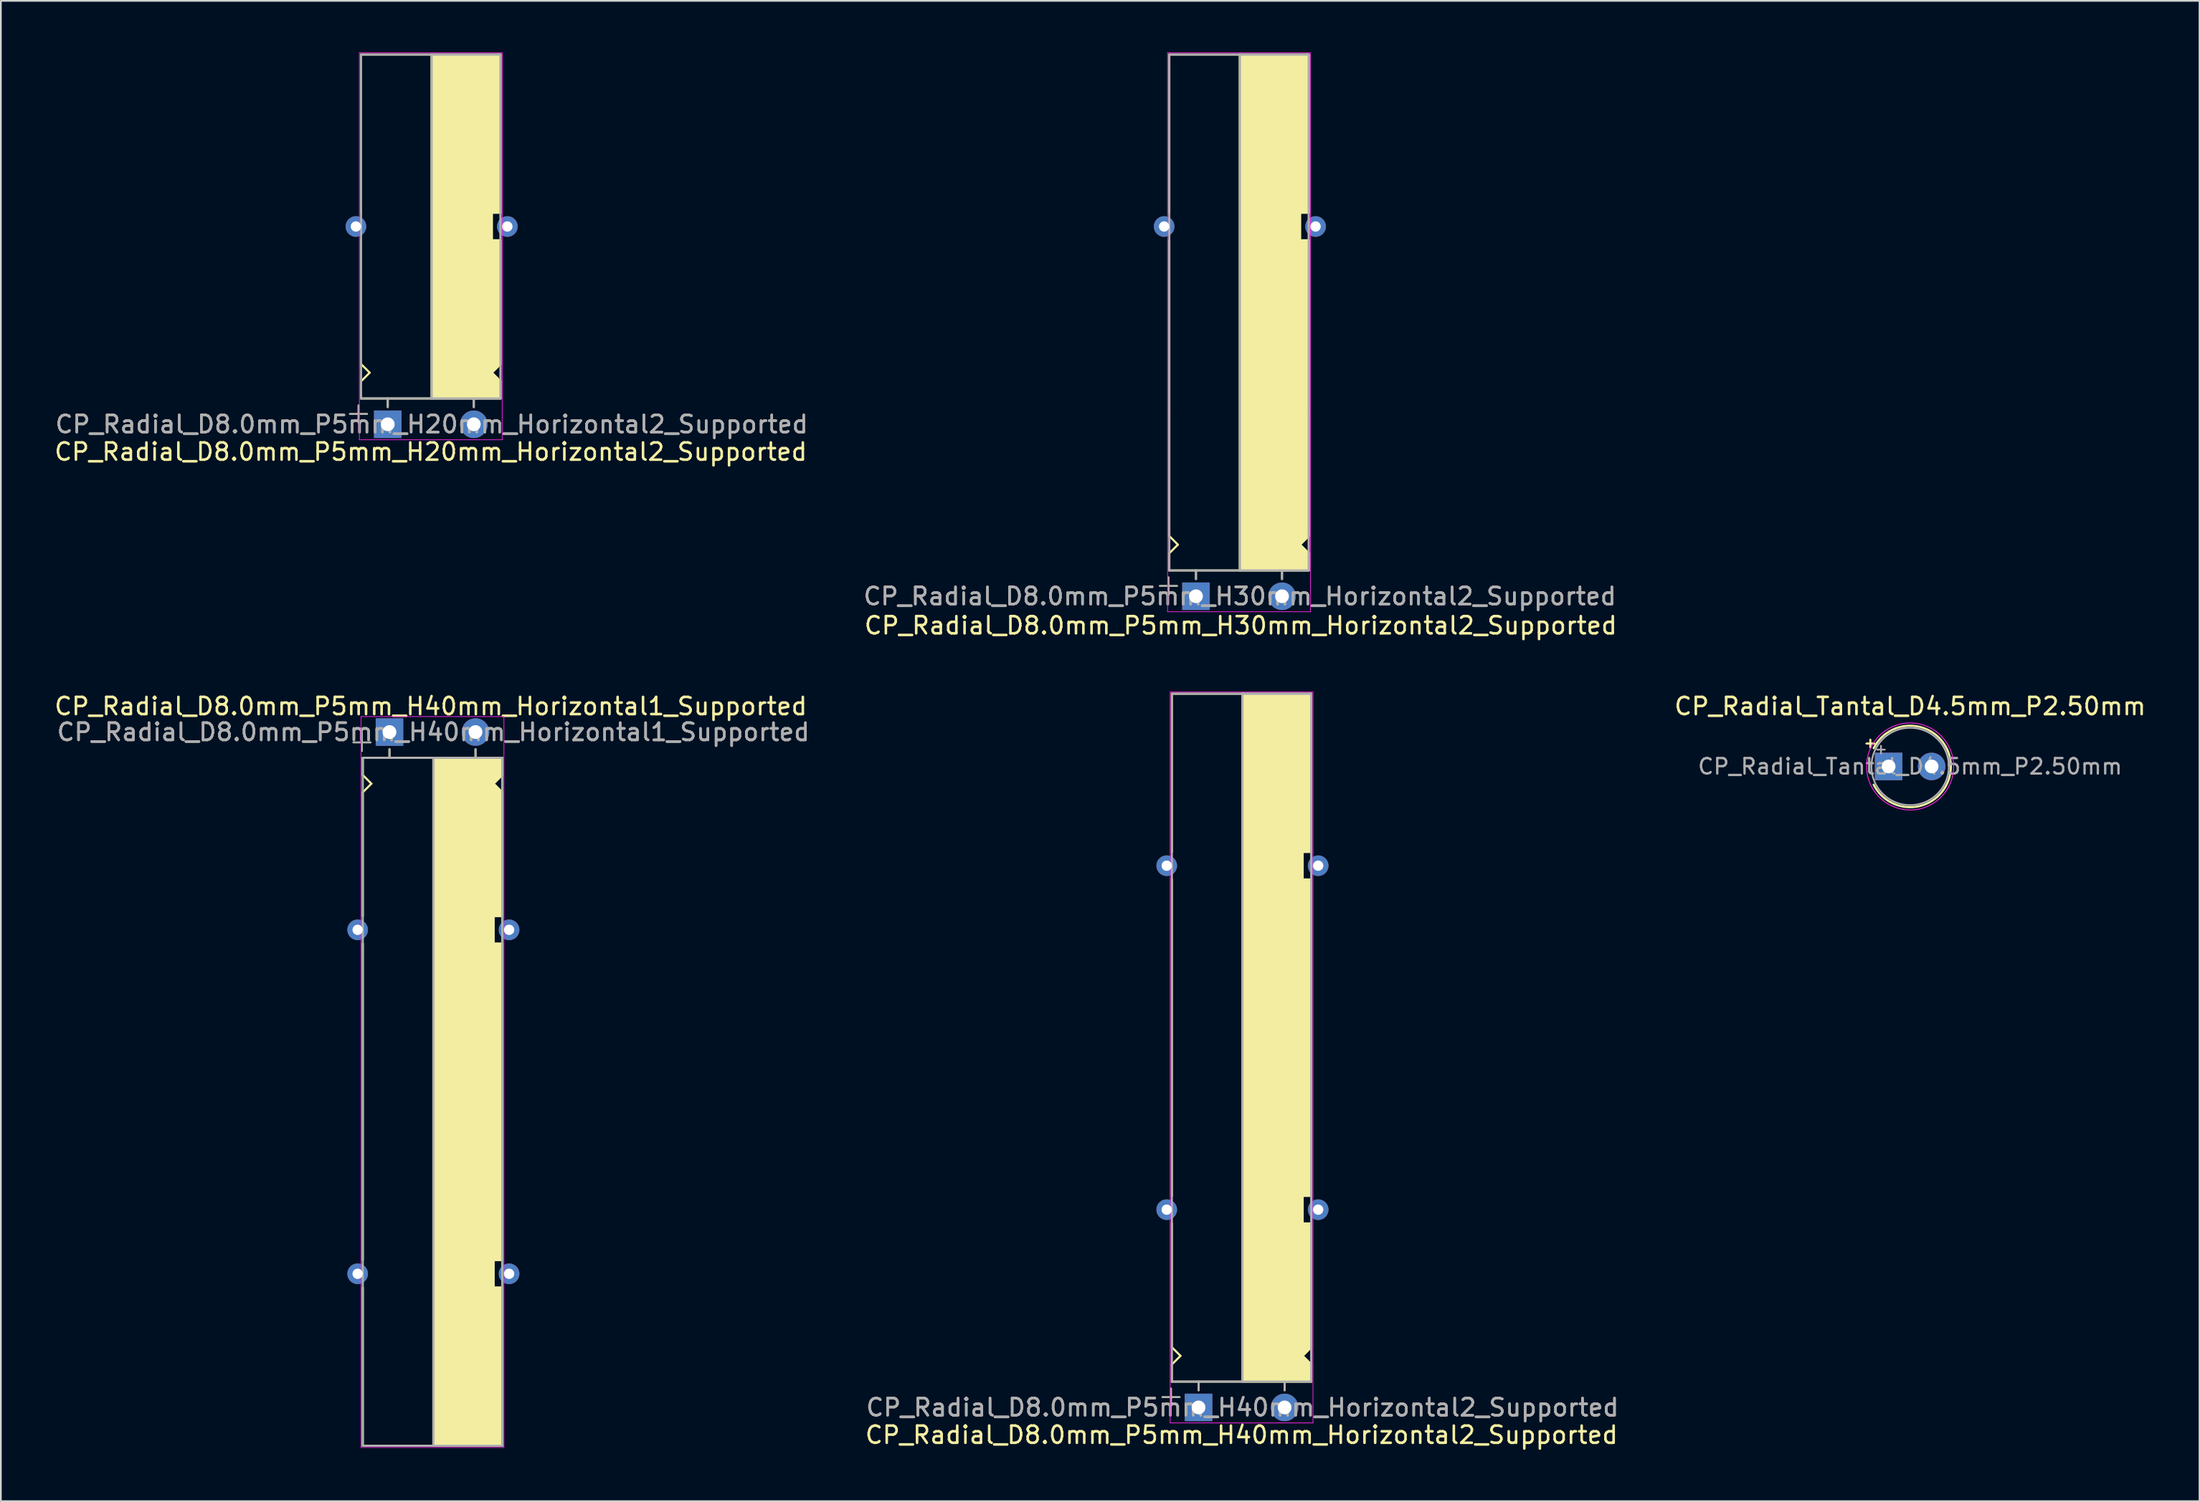
<source format=kicad_pcb>
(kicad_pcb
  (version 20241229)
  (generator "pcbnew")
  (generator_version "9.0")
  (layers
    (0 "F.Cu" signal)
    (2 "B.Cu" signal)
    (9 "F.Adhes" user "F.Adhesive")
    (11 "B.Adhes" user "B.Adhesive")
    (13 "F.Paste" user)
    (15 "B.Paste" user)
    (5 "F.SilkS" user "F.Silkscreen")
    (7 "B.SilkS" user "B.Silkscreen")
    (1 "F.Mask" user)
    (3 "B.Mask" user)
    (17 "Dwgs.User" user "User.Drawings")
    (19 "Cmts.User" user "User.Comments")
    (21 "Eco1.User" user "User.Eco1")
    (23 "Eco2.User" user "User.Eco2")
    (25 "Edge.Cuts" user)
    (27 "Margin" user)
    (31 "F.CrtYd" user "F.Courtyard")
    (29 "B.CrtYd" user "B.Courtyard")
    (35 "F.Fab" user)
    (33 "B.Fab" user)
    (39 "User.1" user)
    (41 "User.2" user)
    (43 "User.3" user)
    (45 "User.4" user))
  (footprint "CP_Radial_D8.0mm_P5mm_H40mm_Horizontal1_Supported"
    (layer "F.Cu")
    (at 20.382 39.517)
    (property "Reference" "CP_Radial_D8.0mm_P5mm_H40mm_Horizontal1_Supported" (at 1.6 -1.5 0) (layer "F.SilkS") (effects (font (size 1 1) (thickness 0.15))))
    (attr through_hole)
    (fp_line (start -2.9 0.6) (end -1.9 0.6) (stroke (width 0.1) (type solid)) (layer "F.SilkS"))
    (fp_line (start -2.4 1.1) (end -2.4 0.1) (stroke (width 0.1) (type solid)) (layer "F.SilkS"))
    (fp_line (start -2.35 1.5) (end -2.35 2.5) (stroke (width 0.12) (type solid)) (layer "F.SilkS"))
    (fp_line (start -2.35 1.5) (end 5.75 1.5) (stroke (width 0.12) (type solid)) (layer "F.SilkS"))
    (fp_line (start -2.35 2.5) (end -1.85 3) (stroke (width 0.12) (type solid)) (layer "F.SilkS"))
    (fp_line (start -2.35 10.7) (end -2.35 3.5) (stroke (width 0.12) (type solid)) (layer "F.SilkS"))
    (fp_line (start -2.35 12.3) (end -2.35 30.7) (stroke (width 0.12) (type solid)) (layer "F.SilkS"))
    (fp_line (start -2.35 32.3) (end -2.35 41.5) (stroke (width 0.12) (type solid)) (layer "F.SilkS"))
    (fp_line (start -2.35 41.5) (end 5.65 41.5) (stroke (width 0.12) (type solid)) (layer "F.SilkS"))
    (fp_line (start -1.85 3) (end -2.35 3.5) (stroke (width 0.12) (type solid)) (layer "F.SilkS"))
    (fp_line (start -0.8 1) (end -0.8 1.5) (stroke (width 0.12) (type solid)) (layer "F.SilkS"))
    (fp_line (start 1.75 41.5) (end 1.75 1.5) (stroke (width 0.12) (type solid)) (layer "F.SilkS"))
    (fp_line (start 4.2 1) (end 4.2 1.5) (stroke (width 0.12) (type solid)) (layer "F.SilkS"))
    (fp_line (start 5.25 3) (end 5.75 2.5) (stroke (width 0.12) (type solid)) (layer "F.SilkS"))
    (fp_line (start 5.25 10.7) (end 5.25 12.3) (stroke (width 0.12) (type solid)) (layer "F.SilkS"))
    (fp_line (start 5.25 12.3) (end 5.75 12.3) (stroke (width 0.12) (type solid)) (layer "F.SilkS"))
    (fp_line (start 5.25 30.7) (end 5.25 32.3) (stroke (width 0.12) (type solid)) (layer "F.SilkS"))
    (fp_line (start 5.25 32.3) (end 5.75 32.3) (stroke (width 0.12) (type solid)) (layer "F.SilkS"))
    (fp_line (start 5.75 2.5) (end 5.75 1.5) (stroke (width 0.12) (type solid)) (layer "F.SilkS"))
    (fp_line (start 5.75 3.5) (end 5.25 3) (stroke (width 0.12) (type solid)) (layer "F.SilkS"))
    (fp_line (start 5.75 10.7) (end 5.25 10.7) (stroke (width 0.12) (type solid)) (layer "F.SilkS"))
    (fp_line (start 5.75 10.7) (end 5.75 3.5) (stroke (width 0.12) (type solid)) (layer "F.SilkS"))
    (fp_line (start 5.75 12.3) (end 5.75 30.7) (stroke (width 0.12) (type solid)) (layer "F.SilkS"))
    (fp_line (start 5.75 30.7) (end 5.25 30.7) (stroke (width 0.12) (type solid)) (layer "F.SilkS"))
    (fp_line (start 5.75 32.3) (end 5.75 41.5) (stroke (width 0.12) (type solid)) (layer "F.SilkS"))
    (fp_line (start 5.75 41.5) (end 5.65 41.5) (stroke (width 0.12) (type solid)) (layer "F.SilkS"))
    (fp_poly (pts (xy 5.75 2.5) (xy 5.25 3) (xy 5.75 3.5) (xy 5.75 10.7) (xy 5.25 10.7) (xy 5.25 12.3) (xy 5.75 12.3) (xy 5.75 30.7) (xy 5.25 30.7) (xy 5.25 32.3) (xy 5.75 32.3) (xy 5.75 41.5) (xy 1.75 41.5) (xy 1.75 1.5) (xy 5.75 1.5)) (stroke (width 0.1) (type solid)) (fill yes) (layer "F.SilkS"))
    (fp_line (start -2.45 -0.9) (end 5.85 -0.9) (stroke (width 0.04) (type solid)) (layer "F.CrtYd"))
    (fp_line (start -2.45 1.5) (end -2.45 -0.9) (stroke (width 0.04) (type solid)) (layer "F.CrtYd"))
    (fp_line (start -2.45 41.6) (end -2.45 1.5) (stroke (width 0.04) (type solid)) (layer "F.CrtYd"))
    (fp_line (start 5.85 -0.9) (end 5.85 41.6) (stroke (width 0.04) (type solid)) (layer "F.CrtYd"))
    (fp_line (start 5.85 41.6) (end -2.45 41.6) (stroke (width 0.04) (type solid)) (layer "F.CrtYd"))
    (fp_line (start -2.9 0.6) (end -1.9 0.6) (stroke (width 0.1) (type solid)) (layer "F.Fab"))
    (fp_line (start -2.4 1.1) (end -2.4 0.1) (stroke (width 0.1) (type solid)) (layer "F.Fab"))
    (fp_line (start -2.35 1.5) (end 5.75 1.5) (stroke (width 0.12) (type solid)) (layer "F.Fab"))
    (fp_line (start -2.35 41.5) (end -2.35 1.5) (stroke (width 0.12) (type solid)) (layer "F.Fab"))
    (fp_line (start -0.8 1.5) (end -0.8 1) (stroke (width 0.12) (type solid)) (layer "F.Fab"))
    (fp_line (start 1.75 1.5) (end 1.75 41.5) (stroke (width 0.12) (type solid)) (layer "F.Fab"))
    (fp_line (start 4.2 1.5) (end 4.2 1) (stroke (width 0.12) (type solid)) (layer "F.Fab"))
    (fp_line (start 5.75 1.5) (end 5.75 41.5) (stroke (width 0.12) (type solid)) (layer "F.Fab"))
    (fp_line (start 5.75 41.5) (end -2.35 41.5) (stroke (width 0.12) (type solid)) (layer "F.Fab"))
    (fp_poly (pts (xy 5.75 41.5) (xy 1.75 41.5) (xy 1.75 1.5) (xy 5.75 1.5)) (stroke (width 0.1) (type solid)) (fill no) (layer "F.Fab"))
    (fp_text user "${REFERENCE}" (at 1.75 0 0) (layer "F.Fab") (effects (font (size 1 1) (thickness 0.15))))
    (fp_text user "${REFERENCE}" (at 1.75 0 0) (layer "F.Fab") (effects (font (size 1 1) (thickness 0.15))))
    (pad "1" thru_hole rect (at -0.8 0) (size 1.6 1.6) (drill 0.8) (layers "*.Cu" "*.Mask"))
    (pad "2" thru_hole circle (at 4.2 0) (size 1.6 1.6) (drill 0.8) (layers "*.Cu" "*.Mask"))
    (pad "~" thru_hole circle (at -2.65 11.5) (size 1.2 1.2) (drill 0.6) (layers "*.Cu" "*.Mask"))
    (pad "~" thru_hole circle (at -2.65 31.5) (size 1.2 1.2) (drill 0.6) (layers "*.Cu" "*.Mask"))
    (pad "~" thru_hole circle (at 6.15 11.5) (size 1.2 1.2) (drill 0.6) (layers "*.Cu" "*.Mask"))
    (pad "~" thru_hole circle (at 6.15 31.5) (size 1.2 1.2) (drill 0.6) (layers "*.Cu" "*.Mask")))
  (footprint "CP_Radial_Tantal_D4.5mm_P2.50mm"
    (layer "F.Cu")
    (at 106.694 41.517)
    (property "Reference" "CP_Radial_Tantal_D4.5mm_P2.50mm" (at 1.25 -3.5 0) (layer "F.SilkS") (effects (font (size 1 1) (thickness 0.15))))
    (attr through_hole)
    (fp_line (start -1.287 -1.335) (end -0.837 -1.335) (stroke (width 0.12) (type solid)) (layer "F.SilkS"))
    (fp_line (start -1.062 -1.56) (end -1.062 -1.11) (stroke (width 0.12) (type solid)) (layer "F.SilkS"))
    (fp_arc (start -0.869741 -1.06) (mid 3.62 0) (end -0.869741 1.06) (stroke (width 0.12) (type solid)) (layer "F.SilkS"))
    (fp_circle (center 1.25 0) (end 3.78 0) (stroke (width 0.05) (type solid)) (fill no) (layer "F.CrtYd"))
    (fp_line (start -0.668 -0.978) (end -0.218 -0.978) (stroke (width 0.1) (type solid)) (layer "F.Fab"))
    (fp_line (start -0.443 -1.202) (end -0.443 -0.752) (stroke (width 0.1) (type solid)) (layer "F.Fab"))
    (fp_circle (center 1.25 0) (end 3.5 0) (stroke (width 0.1) (type solid)) (fill no) (layer "F.Fab"))
    (fp_text user "${REFERENCE}" (at 1.25 0 0) (layer "F.Fab") (effects (font (size 0.9 0.9) (thickness 0.135))))
    (pad "1" thru_hole rect (at 0 0) (size 1.6 1.6) (drill 0.8) (layers "*.Cu" "*.Mask"))
    (pad "2" thru_hole circle (at 2.5 0) (size 1.6 1.6) (drill 0.8) (layers "*.Cu" "*.Mask")))
  (footprint "CP_Radial_D8.0mm_P5mm_H40mm_Horizontal2_Supported"
    (layer "F.Cu")
    (at 67.396 78.788)
    (property "Reference" "CP_Radial_D8.0mm_P5mm_H40mm_Horizontal2_Supported" (at 1.7 1.6 0) (layer "F.SilkS") (effects (font (size 1 1) (thickness 0.15))))
    (attr through_hole)
    (fp_line (start -2.9 -0.6) (end -1.9 -0.6) (stroke (width 0.1) (type solid)) (layer "F.SilkS"))
    (fp_line (start -2.4 -0.1) (end -2.4 -1.1) (stroke (width 0.1) (type solid)) (layer "F.SilkS"))
    (fp_line (start -2.35 -41.5) (end 5.65 -41.5) (stroke (width 0.12) (type solid)) (layer "F.SilkS"))
    (fp_line (start -2.35 -32.3) (end -2.35 -41.5) (stroke (width 0.12) (type solid)) (layer "F.SilkS"))
    (fp_line (start -2.35 -12.3) (end -2.35 -30.7) (stroke (width 0.12) (type solid)) (layer "F.SilkS"))
    (fp_line (start -2.35 -10.7) (end -2.35 -3.5) (stroke (width 0.12) (type solid)) (layer "F.SilkS"))
    (fp_line (start -2.35 -2.5) (end -1.85 -3) (stroke (width 0.12) (type solid)) (layer "F.SilkS"))
    (fp_line (start -2.35 -1.5) (end -2.35 -2.5) (stroke (width 0.12) (type solid)) (layer "F.SilkS"))
    (fp_line (start -2.35 -1.5) (end 5.75 -1.5) (stroke (width 0.12) (type solid)) (layer "F.SilkS"))
    (fp_line (start -1.85 -3) (end -2.35 -3.5) (stroke (width 0.12) (type solid)) (layer "F.SilkS"))
    (fp_line (start -0.8 -1) (end -0.8 -1.5) (stroke (width 0.12) (type solid)) (layer "F.SilkS"))
    (fp_line (start 1.75 -41.5) (end 1.75 -1.5) (stroke (width 0.12) (type solid)) (layer "F.SilkS"))
    (fp_line (start 4.2 -1) (end 4.2 -1.5) (stroke (width 0.12) (type solid)) (layer "F.SilkS"))
    (fp_line (start 5.25 -32.3) (end 5.75 -32.3) (stroke (width 0.12) (type solid)) (layer "F.SilkS"))
    (fp_line (start 5.25 -30.7) (end 5.25 -32.3) (stroke (width 0.12) (type solid)) (layer "F.SilkS"))
    (fp_line (start 5.25 -12.3) (end 5.75 -12.3) (stroke (width 0.12) (type solid)) (layer "F.SilkS"))
    (fp_line (start 5.25 -10.7) (end 5.25 -12.3) (stroke (width 0.12) (type solid)) (layer "F.SilkS"))
    (fp_line (start 5.25 -3) (end 5.75 -2.5) (stroke (width 0.12) (type solid)) (layer "F.SilkS"))
    (fp_line (start 5.75 -41.5) (end 5.65 -41.5) (stroke (width 0.12) (type solid)) (layer "F.SilkS"))
    (fp_line (start 5.75 -32.3) (end 5.75 -41.5) (stroke (width 0.12) (type solid)) (layer "F.SilkS"))
    (fp_line (start 5.75 -30.7) (end 5.25 -30.7) (stroke (width 0.12) (type solid)) (layer "F.SilkS"))
    (fp_line (start 5.75 -12.3) (end 5.75 -30.7) (stroke (width 0.12) (type solid)) (layer "F.SilkS"))
    (fp_line (start 5.75 -10.7) (end 5.25 -10.7) (stroke (width 0.12) (type solid)) (layer "F.SilkS"))
    (fp_line (start 5.75 -10.7) (end 5.75 -3.5) (stroke (width 0.12) (type solid)) (layer "F.SilkS"))
    (fp_line (start 5.75 -3.5) (end 5.25 -3) (stroke (width 0.12) (type solid)) (layer "F.SilkS"))
    (fp_line (start 5.75 -2.5) (end 5.75 -1.5) (stroke (width 0.12) (type solid)) (layer "F.SilkS"))
    (fp_poly (pts (xy 5.75 -2.5) (xy 5.25 -3) (xy 5.75 -3.5) (xy 5.75 -10.7) (xy 5.25 -10.7) (xy 5.25 -12.3) (xy 5.75 -12.3) (xy 5.75 -30.7) (xy 5.25 -30.7) (xy 5.25 -32.3) (xy 5.75 -32.3) (xy 5.75 -41.5) (xy 1.75 -41.5) (xy 1.75 -1.5) (xy 5.75 -1.5)) (stroke (width 0.1) (type solid)) (fill yes) (layer "F.SilkS"))
    (fp_line (start -2.45 -41.6) (end -2.45 -1.5) (stroke (width 0.04) (type solid)) (layer "F.CrtYd"))
    (fp_line (start -2.45 -1.5) (end -2.45 0.9) (stroke (width 0.04) (type solid)) (layer "F.CrtYd"))
    (fp_line (start -2.45 0.9) (end 5.85 0.9) (stroke (width 0.04) (type solid)) (layer "F.CrtYd"))
    (fp_line (start 5.85 -41.6) (end -2.45 -41.6) (stroke (width 0.04) (type solid)) (layer "F.CrtYd"))
    (fp_line (start 5.85 0.9) (end 5.85 -41.6) (stroke (width 0.04) (type solid)) (layer "F.CrtYd"))
    (fp_line (start -2.9 -0.6) (end -1.9 -0.6) (stroke (width 0.1) (type solid)) (layer "F.Fab"))
    (fp_line (start -2.4 -0.1) (end -2.4 -1.1) (stroke (width 0.1) (type solid)) (layer "F.Fab"))
    (fp_line (start -2.35 -41.5) (end -2.35 -1.5) (stroke (width 0.12) (type solid)) (layer "F.Fab"))
    (fp_line (start -2.35 -1.5) (end 5.75 -1.5) (stroke (width 0.12) (type solid)) (layer "F.Fab"))
    (fp_line (start -0.8 -1.5) (end -0.8 -1) (stroke (width 0.12) (type solid)) (layer "F.Fab"))
    (fp_line (start 1.75 -1.5) (end 1.75 -41.5) (stroke (width 0.12) (type solid)) (layer "F.Fab"))
    (fp_line (start 4.2 -1.5) (end 4.2 -1) (stroke (width 0.12) (type solid)) (layer "F.Fab"))
    (fp_line (start 5.75 -41.5) (end -2.35 -41.5) (stroke (width 0.12) (type solid)) (layer "F.Fab"))
    (fp_line (start 5.75 -1.5) (end 5.75 -41.5) (stroke (width 0.12) (type solid)) (layer "F.Fab"))
    (fp_poly (pts (xy 5.75 -41.5) (xy 1.75 -41.5) (xy 1.75 -1.5) (xy 5.75 -1.5)) (stroke (width 0.1) (type solid)) (fill no) (layer "F.Fab"))
    (fp_text user "${REFERENCE}" (at 1.75 0 0) (layer "F.Fab") (effects (font (size 1 1) (thickness 0.15))))
    (fp_text user "${REFERENCE}" (at 1.75 0 0) (layer "F.Fab") (effects (font (size 1 1) (thickness 0.15))))
    (pad "1" thru_hole rect (at -0.8 0) (size 1.6 1.6) (drill 0.8) (layers "*.Cu" "*.Mask"))
    (pad "2" thru_hole circle (at 4.2 0) (size 1.6 1.6) (drill 0.8) (layers "*.Cu" "*.Mask"))
    (pad "~" thru_hole circle (at -2.65 -31.5 180) (size 1.2 1.2) (drill 0.6) (layers "*.Cu" "*.Mask"))
    (pad "~" thru_hole circle (at -2.65 -11.5 180) (size 1.2 1.2) (drill 0.6) (layers "*.Cu" "*.Mask"))
    (pad "~" thru_hole circle (at 6.15 -31.5 180) (size 1.2 1.2) (drill 0.6) (layers "*.Cu" "*.Mask"))
    (pad "~" thru_hole circle (at 6.15 -11.5 180) (size 1.2 1.2) (drill 0.6) (layers "*.Cu" "*.Mask")))
  (footprint "CP_Radial_D8.0mm_P5mm_H30mm_Horizontal2_Supported"
    (layer "F.Cu")
    (at 67.246 31.62)
    (property "Reference" "CP_Radial_D8.0mm_P5mm_H30mm_Horizontal2_Supported" (at 1.8 1.7 0) (layer "F.SilkS") (effects (font (size 1 1) (thickness 0.15))))
    (attr through_hole)
    (fp_line (start -2.9 -0.6) (end -1.9 -0.6) (stroke (width 0.1) (type solid)) (layer "F.SilkS"))
    (fp_line (start -2.4 -0.1) (end -2.4 -1.1) (stroke (width 0.1) (type solid)) (layer "F.SilkS"))
    (fp_line (start -2.35 -31.5) (end 5.65 -31.5) (stroke (width 0.12) (type solid)) (layer "F.SilkS"))
    (fp_line (start -2.35 -22.3) (end -2.35 -31.5) (stroke (width 0.12) (type solid)) (layer "F.SilkS"))
    (fp_line (start -2.35 -10.7) (end -2.35 -20.7) (stroke (width 0.12) (type solid)) (layer "F.SilkS"))
    (fp_line (start -2.35 -10.7) (end -2.35 -3.5) (stroke (width 0.12) (type solid)) (layer "F.SilkS"))
    (fp_line (start -2.35 -2.5) (end -1.85 -3) (stroke (width 0.12) (type solid)) (layer "F.SilkS"))
    (fp_line (start -2.35 -1.5) (end -2.35 -2.5) (stroke (width 0.12) (type solid)) (layer "F.SilkS"))
    (fp_line (start -2.35 -1.5) (end 5.75 -1.5) (stroke (width 0.12) (type solid)) (layer "F.SilkS"))
    (fp_line (start -1.85 -3) (end -2.35 -3.5) (stroke (width 0.12) (type solid)) (layer "F.SilkS"))
    (fp_line (start -0.8 -1) (end -0.8 -1.5) (stroke (width 0.12) (type solid)) (layer "F.SilkS"))
    (fp_line (start 1.75 -31.5) (end 1.75 -1.5) (stroke (width 0.12) (type solid)) (layer "F.SilkS"))
    (fp_line (start 4.2 -1) (end 4.2 -1.5) (stroke (width 0.12) (type solid)) (layer "F.SilkS"))
    (fp_line (start 5.25 -22.3) (end 5.75 -22.3) (stroke (width 0.12) (type solid)) (layer "F.SilkS"))
    (fp_line (start 5.25 -20.7) (end 5.25 -22.3) (stroke (width 0.12) (type solid)) (layer "F.SilkS"))
    (fp_line (start 5.25 -3) (end 5.75 -2.5) (stroke (width 0.12) (type solid)) (layer "F.SilkS"))
    (fp_line (start 5.75 -31.5) (end 5.65 -31.5) (stroke (width 0.12) (type solid)) (layer "F.SilkS"))
    (fp_line (start 5.75 -22.3) (end 5.75 -31.5) (stroke (width 0.12) (type solid)) (layer "F.SilkS"))
    (fp_line (start 5.75 -20.7) (end 5.25 -20.7) (stroke (width 0.12) (type solid)) (layer "F.SilkS"))
    (fp_line (start 5.75 -20.7) (end 5.75 -10.7) (stroke (width 0.12) (type solid)) (layer "F.SilkS"))
    (fp_line (start 5.75 -10.7) (end 5.75 -3.5) (stroke (width 0.12) (type solid)) (layer "F.SilkS"))
    (fp_line (start 5.75 -3.5) (end 5.25 -3) (stroke (width 0.12) (type solid)) (layer "F.SilkS"))
    (fp_line (start 5.75 -2.5) (end 5.75 -1.5) (stroke (width 0.12) (type solid)) (layer "F.SilkS"))
    (fp_poly (pts (xy 5.75 -2.5) (xy 5.25 -3) (xy 5.75 -3.5) (xy 5.75 -20.7) (xy 5.25 -20.7) (xy 5.25 -22.3) (xy 5.75 -22.3) (xy 5.75 -31.5) (xy 1.75 -31.5) (xy 1.75 -1.5) (xy 5.75 -1.5)) (stroke (width 0.1) (type solid)) (fill yes) (layer "F.SilkS"))
    (fp_line (start -2.45 -31.6) (end -2.45 -1.5) (stroke (width 0.04) (type solid)) (layer "F.CrtYd"))
    (fp_line (start -2.45 -1.5) (end -2.45 0.9) (stroke (width 0.04) (type solid)) (layer "F.CrtYd"))
    (fp_line (start -2.45 0.9) (end 5.85 0.9) (stroke (width 0.04) (type solid)) (layer "F.CrtYd"))
    (fp_line (start 5.85 -31.6) (end -2.45 -31.6) (stroke (width 0.04) (type solid)) (layer "F.CrtYd"))
    (fp_line (start 5.85 0.9) (end 5.85 -31.6) (stroke (width 0.04) (type solid)) (layer "F.CrtYd"))
    (fp_line (start -2.9 -0.6) (end -1.9 -0.6) (stroke (width 0.1) (type solid)) (layer "F.Fab"))
    (fp_line (start -2.4 -0.1) (end -2.4 -1.1) (stroke (width 0.1) (type solid)) (layer "F.Fab"))
    (fp_line (start -2.35 -31.5) (end -2.35 -1.5) (stroke (width 0.12) (type solid)) (layer "F.Fab"))
    (fp_line (start -2.35 -1.5) (end 5.75 -1.5) (stroke (width 0.12) (type solid)) (layer "F.Fab"))
    (fp_line (start -0.8 -1.5) (end -0.8 -1) (stroke (width 0.12) (type solid)) (layer "F.Fab"))
    (fp_line (start 1.75 -1.5) (end 1.75 -31.5) (stroke (width 0.12) (type solid)) (layer "F.Fab"))
    (fp_line (start 4.2 -1.5) (end 4.2 -1) (stroke (width 0.12) (type solid)) (layer "F.Fab"))
    (fp_line (start 5.75 -31.5) (end -2.35 -31.5) (stroke (width 0.12) (type solid)) (layer "F.Fab"))
    (fp_line (start 5.75 -1.5) (end 5.75 -31.5) (stroke (width 0.12) (type solid)) (layer "F.Fab"))
    (fp_poly (pts (xy 5.75 -1.5) (xy 1.75 -1.5) (xy 1.75 -31.5) (xy 5.75 -31.5)) (stroke (width 0.1) (type solid)) (fill no) (layer "F.Fab"))
    (fp_text user "${REFERENCE}" (at 1.75 0 0) (layer "F.Fab") (effects (font (size 1 1) (thickness 0.15))))
    (fp_text user "${REFERENCE}" (at 1.75 0 0) (layer "F.Fab") (effects (font (size 1 1) (thickness 0.15))))
    (pad "1" thru_hole rect (at -0.8 0) (size 1.6 1.6) (drill 0.8) (layers "*.Cu" "*.Mask"))
    (pad "2" thru_hole circle (at 4.2 0) (size 1.6 1.6) (drill 0.8) (layers "*.Cu" "*.Mask"))
    (pad "~" thru_hole circle (at -2.65 -21.5 180) (size 1.2 1.2) (drill 0.6) (layers "*.Cu" "*.Mask"))
    (pad "~" thru_hole circle (at 6.15 -21.5 180) (size 1.2 1.2) (drill 0.6) (layers "*.Cu" "*.Mask")))
  (footprint "CP_Radial_D8.0mm_P5mm_H20mm_Horizontal2_Supported"
    (layer "F.Cu")
    (at 20.282 21.62)
    (property "Reference" "CP_Radial_D8.0mm_P5mm_H20mm_Horizontal2_Supported" (at 1.7 1.6 0) (layer "F.SilkS") (effects (font (size 1 1) (thickness 0.15))))
    (attr through_hole)
    (fp_line (start -3 -0.6) (end -2 -0.6) (stroke (width 0.1) (type solid)) (layer "F.SilkS"))
    (fp_line (start -2.5 -0.1) (end -2.5 -1.1) (stroke (width 0.1) (type solid)) (layer "F.SilkS"))
    (fp_line (start -2.35 -21.5) (end 5.65 -21.5) (stroke (width 0.12) (type solid)) (layer "F.SilkS"))
    (fp_line (start -2.35 -12.3) (end -2.35 -21.5) (stroke (width 0.12) (type solid)) (layer "F.SilkS"))
    (fp_line (start -2.35 -10.7) (end -2.35 -3.5) (stroke (width 0.12) (type solid)) (layer "F.SilkS"))
    (fp_line (start -2.35 -2.5) (end -1.85 -3) (stroke (width 0.12) (type solid)) (layer "F.SilkS"))
    (fp_line (start -2.35 -1.5) (end -2.35 -2.5) (stroke (width 0.12) (type solid)) (layer "F.SilkS"))
    (fp_line (start -2.35 -1.5) (end 5.75 -1.5) (stroke (width 0.12) (type solid)) (layer "F.SilkS"))
    (fp_line (start -1.85 -3) (end -2.35 -3.5) (stroke (width 0.12) (type solid)) (layer "F.SilkS"))
    (fp_line (start -0.8 -1) (end -0.8 -1.5) (stroke (width 0.12) (type solid)) (layer "F.SilkS"))
    (fp_line (start 1.75 -21.5) (end 1.75 -1.5) (stroke (width 0.12) (type solid)) (layer "F.SilkS"))
    (fp_line (start 4.2 -1) (end 4.2 -1.5) (stroke (width 0.12) (type solid)) (layer "F.SilkS"))
    (fp_line (start 5.25 -12.3) (end 5.75 -12.3) (stroke (width 0.12) (type solid)) (layer "F.SilkS"))
    (fp_line (start 5.25 -10.7) (end 5.25 -12.3) (stroke (width 0.12) (type solid)) (layer "F.SilkS"))
    (fp_line (start 5.25 -3) (end 5.75 -2.5) (stroke (width 0.12) (type solid)) (layer "F.SilkS"))
    (fp_line (start 5.75 -21.5) (end 5.65 -21.5) (stroke (width 0.12) (type solid)) (layer "F.SilkS"))
    (fp_line (start 5.75 -12.3) (end 5.75 -21.5) (stroke (width 0.12) (type solid)) (layer "F.SilkS"))
    (fp_line (start 5.75 -10.7) (end 5.25 -10.7) (stroke (width 0.12) (type solid)) (layer "F.SilkS"))
    (fp_line (start 5.75 -10.7) (end 5.75 -3.5) (stroke (width 0.12) (type solid)) (layer "F.SilkS"))
    (fp_line (start 5.75 -3.5) (end 5.25 -3) (stroke (width 0.12) (type solid)) (layer "F.SilkS"))
    (fp_line (start 5.75 -2.5) (end 5.75 -1.5) (stroke (width 0.12) (type solid)) (layer "F.SilkS"))
    (fp_poly (pts (xy 5.75 -2.5) (xy 5.25 -3) (xy 5.75 -3.5) (xy 5.75 -10.7) (xy 5.25 -10.7) (xy 5.25 -12.3) (xy 5.75 -12.3) (xy 5.75 -21.5) (xy 1.75 -21.5) (xy 1.75 -1.5) (xy 5.75 -1.5)) (stroke (width 0.1) (type solid)) (fill yes) (layer "F.SilkS"))
    (fp_line (start -2.45 -21.6) (end -2.45 -1.5) (stroke (width 0.04) (type solid)) (layer "F.CrtYd"))
    (fp_line (start -2.45 -1.5) (end -2.45 0.9) (stroke (width 0.04) (type solid)) (layer "F.CrtYd"))
    (fp_line (start -2.45 0.9) (end 5.85 0.9) (stroke (width 0.04) (type solid)) (layer "F.CrtYd"))
    (fp_line (start 5.85 -21.6) (end -2.45 -21.6) (stroke (width 0.04) (type solid)) (layer "F.CrtYd"))
    (fp_line (start 5.85 0.9) (end 5.85 -21.6) (stroke (width 0.04) (type solid)) (layer "F.CrtYd"))
    (fp_line (start -3 -0.6) (end -2 -0.6) (stroke (width 0.1) (type solid)) (layer "F.Fab"))
    (fp_line (start -2.5 -0.1) (end -2.5 -1.1) (stroke (width 0.1) (type solid)) (layer "F.Fab"))
    (fp_line (start -2.35 -21.5) (end -2.35 -1.5) (stroke (width 0.12) (type solid)) (layer "F.Fab"))
    (fp_line (start -2.35 -1.5) (end 5.75 -1.5) (stroke (width 0.12) (type solid)) (layer "F.Fab"))
    (fp_line (start -0.8 -1.5) (end -0.8 -1) (stroke (width 0.12) (type solid)) (layer "F.Fab"))
    (fp_line (start 1.75 -1.5) (end 1.75 -21.5) (stroke (width 0.12) (type solid)) (layer "F.Fab"))
    (fp_line (start 4.2 -1.5) (end 4.2 -1) (stroke (width 0.12) (type solid)) (layer "F.Fab"))
    (fp_line (start 5.75 -21.5) (end -2.35 -21.5) (stroke (width 0.12) (type solid)) (layer "F.Fab"))
    (fp_line (start 5.75 -1.5) (end 5.75 -21.5) (stroke (width 0.12) (type solid)) (layer "F.Fab"))
    (fp_poly (pts (xy 5.75 -21.5) (xy 1.75 -21.5) (xy 1.75 -1.5) (xy 5.75 -1.5)) (stroke (width 0.1) (type solid)) (fill no) (layer "F.Fab"))
    (fp_text user "${REFERENCE}" (at 1.75 0 0) (layer "F.Fab") (effects (font (size 1 1) (thickness 0.15))))
    (fp_text user "${REFERENCE}" (at 1.75 0 0) (layer "F.Fab") (effects (font (size 1 1) (thickness 0.15))))
    (pad "1" thru_hole rect (at -0.8 0) (size 1.6 1.6) (drill 0.8) (layers "*.Cu" "*.Mask"))
    (pad "2" thru_hole circle (at 4.2 0) (size 1.6 1.6) (drill 0.8) (layers "*.Cu" "*.Mask"))
    (pad "~" thru_hole circle (at -2.65 -11.5 180) (size 1.2 1.2) (drill 0.6) (layers "*.Cu" "*.Mask"))
    (pad "~" thru_hole circle (at 6.15 -11.5 180) (size 1.2 1.2) (drill 0.6) (layers "*.Cu" "*.Mask")))
  (gr_rect
    (start -3 -3)
    (end 124.76 84.237)
    (stroke (width 0.1) (type default))
    (fill no)
    (layer "Edge.Cuts")))
</source>
